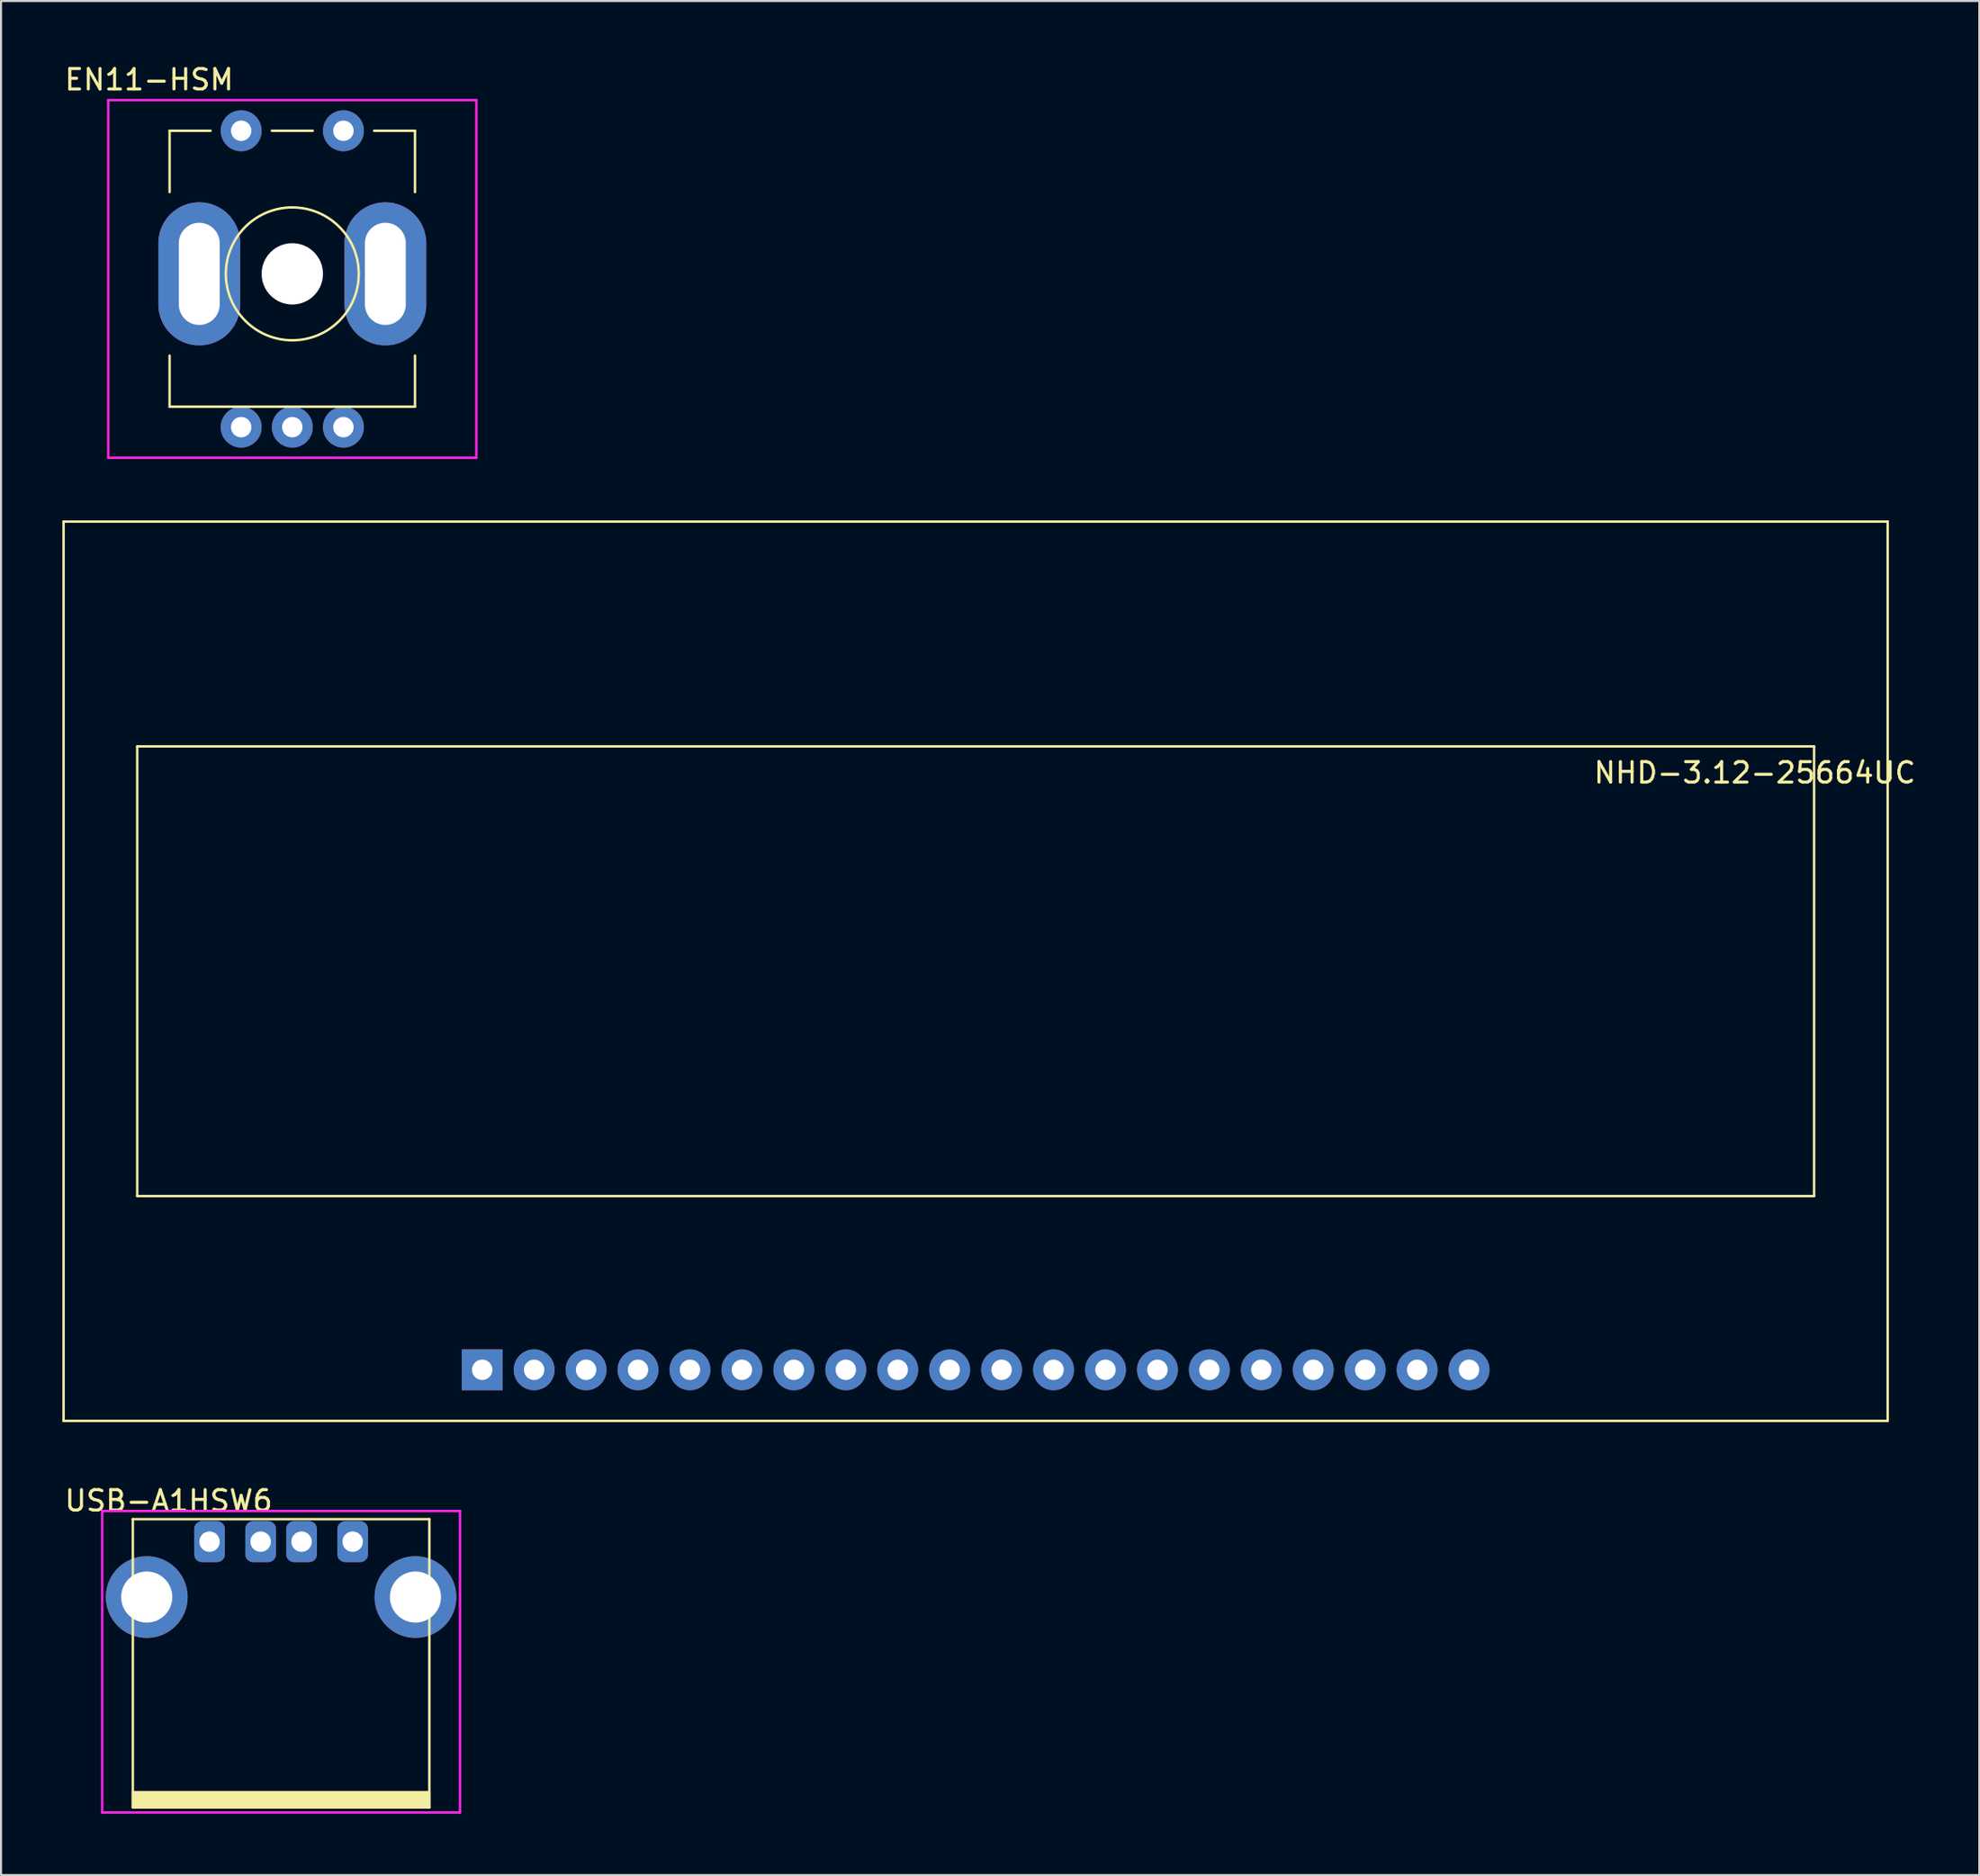
<source format=kicad_pcb>
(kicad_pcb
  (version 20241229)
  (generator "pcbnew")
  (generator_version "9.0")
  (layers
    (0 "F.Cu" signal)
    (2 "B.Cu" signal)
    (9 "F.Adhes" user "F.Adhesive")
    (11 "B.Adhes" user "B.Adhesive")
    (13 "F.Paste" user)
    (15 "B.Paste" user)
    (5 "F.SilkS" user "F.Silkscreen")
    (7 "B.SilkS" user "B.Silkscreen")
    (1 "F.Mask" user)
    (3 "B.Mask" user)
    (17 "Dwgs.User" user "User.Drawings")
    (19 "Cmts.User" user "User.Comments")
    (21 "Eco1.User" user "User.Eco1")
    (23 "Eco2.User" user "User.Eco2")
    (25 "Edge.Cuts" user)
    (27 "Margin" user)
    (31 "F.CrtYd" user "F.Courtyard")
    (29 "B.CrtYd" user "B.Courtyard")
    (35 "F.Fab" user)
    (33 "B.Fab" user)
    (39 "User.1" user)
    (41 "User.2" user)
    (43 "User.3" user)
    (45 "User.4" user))
  (footprint "EN11-HSM"
    (layer "F.Cu")
    (at 11.244 10.348)
    (property "Reference" "EN11-HSM" (at -7 -9.5 0) (layer "F.SilkS") (effects (font (size 1 1) (thickness 0.15))))
    (attr through_hole)
    (fp_line (start -6 -7) (end -6 -4) (stroke (width 0.12) (type solid)) (layer "F.SilkS"))
    (fp_line (start -6 6.5) (end -6 4) (stroke (width 0.12) (type solid)) (layer "F.SilkS"))
    (fp_line (start -6 6.5) (end 6 6.5) (stroke (width 0.12) (type solid)) (layer "F.SilkS"))
    (fp_line (start -4 -7) (end -6 -7) (stroke (width 0.12) (type solid)) (layer "F.SilkS"))
    (fp_line (start -1 -7) (end 1 -7) (stroke (width 0.12) (type solid)) (layer "F.SilkS"))
    (fp_line (start 4 -7) (end 6 -7) (stroke (width 0.12) (type solid)) (layer "F.SilkS"))
    (fp_line (start 6 -4) (end 6 -7) (stroke (width 0.12) (type solid)) (layer "F.SilkS"))
    (fp_line (start 6 4) (end 6 6.5) (stroke (width 0.12) (type solid)) (layer "F.SilkS"))
    (fp_circle (center 0 0) (end 3.25 0) (stroke (width 0.12) (type solid)) (fill no) (layer "F.SilkS"))
    (fp_line (start -9 -8.5) (end -9 9) (stroke (width 0.12) (type solid)) (layer "F.CrtYd"))
    (fp_line (start -9 9) (end 9 9) (stroke (width 0.12) (type solid)) (layer "F.CrtYd"))
    (fp_line (start 9 -8.5) (end -9 -8.5) (stroke (width 0.12) (type solid)) (layer "F.CrtYd"))
    (fp_line (start 9 9) (end 9 -8.5) (stroke (width 0.12) (type solid)) (layer "F.CrtYd"))
    (pad "" np_thru_hole circle (at 0 0) (size 3 3) (drill 3) (layers "*.Cu" "*.Mask"))
    (pad "A" thru_hole circle (at -2.5 7.5) (size 2 2) (drill 1) (layers "*.Cu" "*.Mask"))
    (pad "B" thru_hole circle (at 2.5 7.5) (size 2 2) (drill 1) (layers "*.Cu" "*.Mask"))
    (pad "C" thru_hole circle (at 0 7.5) (size 2 2) (drill 1) (layers "*.Cu" "*.Mask"))
    (pad "MP" thru_hole oval (at -4.55 0) (size 4 7) (drill oval 2 5) (layers "*.Cu" "*.Mask"))
    (pad "MP" thru_hole oval (at 4.55 0) (size 4 7) (drill oval 2 5) (layers "*.Cu" "*.Mask"))
    (pad "S1" thru_hole circle (at -2.5 -7) (size 2 2) (drill 1) (layers "*.Cu" "*.Mask"))
    (pad "S2" thru_hole circle (at 2.5 -7) (size 2 2) (drill 1) (layers "*.Cu" "*.Mask")))
  (footprint "NHD-3.12-25664UC"
    (layer "F.Cu")
    (at 44.66 44.918)
    (property "Reference" "NHD-3.12-25664UC" (at 38.1 -10.16 180) (layer "F.SilkS") (effects (font (size 1 1) (thickness 0.15))))
    (attr through_hole)
    (fp_line (start -44.6 21.55) (end -44.6 -22.45) (stroke (width 0.12) (type solid)) (layer "F.SilkS"))
    (fp_line (start -41 10.55) (end -41 -11.45) (stroke (width 0.12) (type solid)) (layer "F.SilkS"))
    (fp_line (start 41 -11.45) (end -41 -11.45) (stroke (width 0.12) (type solid)) (layer "F.SilkS"))
    (fp_line (start 41 10.55) (end -41 10.55) (stroke (width 0.12) (type solid)) (layer "F.SilkS"))
    (fp_line (start 41 10.55) (end 41 -11.45) (stroke (width 0.12) (type solid)) (layer "F.SilkS"))
    (fp_line (start 44.6 -22.45) (end -44.6 -22.45) (stroke (width 0.12) (type solid)) (layer "F.SilkS"))
    (fp_line (start 44.6 21.55) (end -44.6 21.55) (stroke (width 0.12) (type solid)) (layer "F.SilkS"))
    (fp_line (start 44.6 21.55) (end 44.6 -22.45) (stroke (width 0.12) (type solid)) (layer "F.SilkS"))
    (pad "1" thru_hole rect (at -24.13 19.05 180) (size 2 2) (drill 1) (layers "*.Cu" "*.Mask"))
    (pad "2" thru_hole circle (at -21.59 19.05 180) (size 2 2) (drill 1) (layers "*.Cu" "*.Mask"))
    (pad "3" thru_hole circle (at -19.05 19.05 180) (size 2 2) (drill 1) (layers "*.Cu" "*.Mask"))
    (pad "4" thru_hole circle (at -16.51 19.05 180) (size 2 2) (drill 1) (layers "*.Cu" "*.Mask"))
    (pad "5" thru_hole circle (at -13.97 19.05 180) (size 2 2) (drill 1) (layers "*.Cu" "*.Mask"))
    (pad "6" thru_hole circle (at -11.43 19.05 180) (size 2 2) (drill 1) (layers "*.Cu" "*.Mask"))
    (pad "7" thru_hole circle (at -8.89 19.05 180) (size 2 2) (drill 1) (layers "*.Cu" "*.Mask"))
    (pad "8" thru_hole circle (at -6.35 19.05 180) (size 2 2) (drill 1) (layers "*.Cu" "*.Mask"))
    (pad "9" thru_hole circle (at -3.81 19.05 180) (size 2 2) (drill 1) (layers "*.Cu" "*.Mask"))
    (pad "10" thru_hole circle (at -1.27 19.05 180) (size 2 2) (drill 1) (layers "*.Cu" "*.Mask"))
    (pad "11" thru_hole circle (at 1.27 19.05 180) (size 2 2) (drill 1) (layers "*.Cu" "*.Mask"))
    (pad "12" thru_hole circle (at 3.81 19.05 180) (size 2 2) (drill 1) (layers "*.Cu" "*.Mask"))
    (pad "13" thru_hole circle (at 6.35 19.05 180) (size 2 2) (drill 1) (layers "*.Cu" "*.Mask"))
    (pad "14" thru_hole circle (at 8.89 19.05 180) (size 2 2) (drill 1) (layers "*.Cu" "*.Mask"))
    (pad "15" thru_hole circle (at 11.43 19.05 180) (size 2 2) (drill 1) (layers "*.Cu" "*.Mask"))
    (pad "16" thru_hole circle (at 13.97 19.05 180) (size 2 2) (drill 1) (layers "*.Cu" "*.Mask"))
    (pad "17" thru_hole circle (at 16.51 19.05 180) (size 2 2) (drill 1) (layers "*.Cu" "*.Mask"))
    (pad "18" thru_hole circle (at 19.05 19.05 180) (size 2 2) (drill 1) (layers "*.Cu" "*.Mask"))
    (pad "19" thru_hole circle (at 21.59 19.05 180) (size 2 2) (drill 1) (layers "*.Cu" "*.Mask"))
    (pad "20" thru_hole circle (at 24.13 19.05 180) (size 2 2) (drill 1) (layers "*.Cu" "*.Mask")))
  (footprint "USB-A1HSW6"
    (layer "F.Cu")
    (at 10.696 72.376)
    (property "Reference" "USB-A1HSW6" (at -5.5 -2 0) (layer "F.SilkS") (effects (font (size 1 1) (thickness 0.15))))
    (attr through_hole)
    (fp_line (start -7.25 -1.1) (end -7.25 13) (stroke (width 0.12) (type solid)) (layer "F.SilkS"))
    (fp_line (start -7.25 -1.1) (end 7.25 -1.1) (stroke (width 0.12) (type solid)) (layer "F.SilkS"))
    (fp_line (start -7.25 13) (end 7.25 13) (stroke (width 0.12) (type solid)) (layer "F.SilkS"))
    (fp_line (start 7.25 13) (end 7.25 -1.1) (stroke (width 0.12) (type solid)) (layer "F.SilkS"))
    (fp_poly (pts (xy 7.25 13) (xy -7.25 13) (xy -7.25 12.25) (xy 7.25 12.25)) (stroke (width 0.1) (type solid)) (fill yes) (layer "F.SilkS"))
    (fp_line (start -8.75 -1.5) (end 8.75 -1.5) (stroke (width 0.12) (type solid)) (layer "F.CrtYd"))
    (fp_line (start -8.75 13.25) (end -8.75 -1.5) (stroke (width 0.12) (type solid)) (layer "F.CrtYd"))
    (fp_line (start 8.75 -1.5) (end 8.75 13.25) (stroke (width 0.12) (type solid)) (layer "F.CrtYd"))
    (fp_line (start 8.75 13.25) (end -8.75 13.25) (stroke (width 0.12) (type solid)) (layer "F.CrtYd"))
    (pad "1" thru_hole roundrect (at -3.5 0) (size 1.5 2) (drill 1) (layers "*.Cu" "*.Mask") (roundrect_rratio 0.25))
    (pad "2" thru_hole roundrect (at -1 0) (size 1.5 2) (drill 1) (layers "*.Cu" "*.Mask") (roundrect_rratio 0.25))
    (pad "3" thru_hole roundrect (at 1 0) (size 1.5 2) (drill 1) (layers "*.Cu" "*.Mask") (roundrect_rratio 0.25))
    (pad "4" thru_hole roundrect (at 3.5 0) (size 1.5 2) (drill 1) (layers "*.Cu" "*.Mask") (roundrect_rratio 0.25))
    (pad "5" thru_hole circle (at -6.57 2.71) (size 4 4) (drill 2.5) (layers "*.Cu" "*.Mask"))
    (pad "5" thru_hole circle (at 6.57 2.71) (size 4 4) (drill 2.5) (layers "*.Cu" "*.Mask")))
  (gr_rect
    (start -3 -3)
    (end 93.742 88.686)
    (stroke (width 0.1) (type default))
    (fill no)
    (layer "Edge.Cuts")))
</source>
